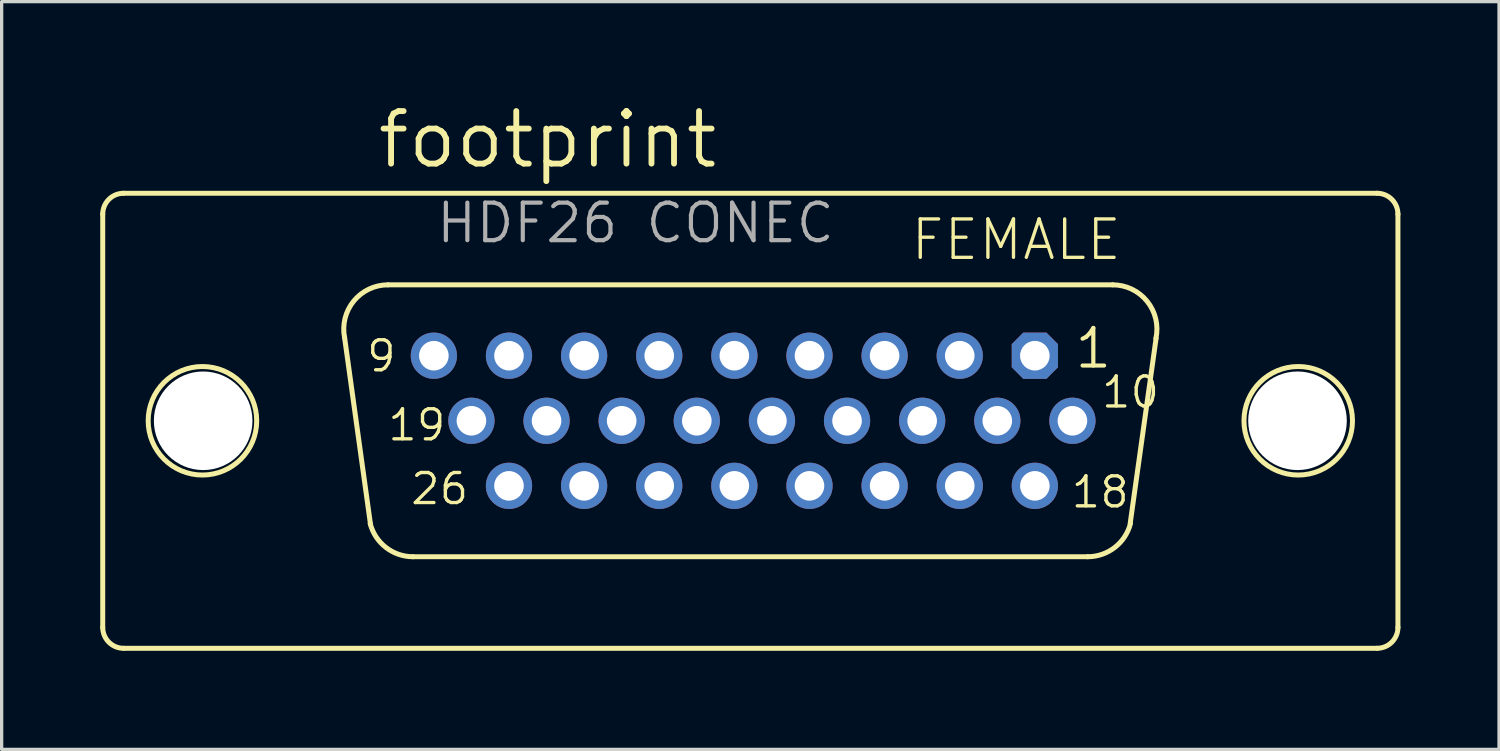
<source format=kicad_pcb>
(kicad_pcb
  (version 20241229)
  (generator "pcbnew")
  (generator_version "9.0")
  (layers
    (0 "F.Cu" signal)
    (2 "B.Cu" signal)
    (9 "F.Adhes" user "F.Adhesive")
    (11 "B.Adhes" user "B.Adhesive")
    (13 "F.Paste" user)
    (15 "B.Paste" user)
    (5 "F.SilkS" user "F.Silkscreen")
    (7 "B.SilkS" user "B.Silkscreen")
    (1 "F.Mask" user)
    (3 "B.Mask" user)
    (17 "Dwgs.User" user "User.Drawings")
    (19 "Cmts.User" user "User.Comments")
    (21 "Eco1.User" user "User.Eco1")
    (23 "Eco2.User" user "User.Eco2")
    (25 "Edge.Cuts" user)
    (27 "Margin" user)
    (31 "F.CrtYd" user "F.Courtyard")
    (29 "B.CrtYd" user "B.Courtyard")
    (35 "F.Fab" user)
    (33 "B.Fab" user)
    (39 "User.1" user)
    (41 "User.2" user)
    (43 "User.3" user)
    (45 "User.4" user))
  (footprint "footprint"
    (layer "F.Cu")
    (at 19.782 9.754)
    (property "Reference" "footprint" (at -11.43 -7.62 0) (layer "F.SilkS") (effects (font (size 1.6 1.6) (thickness 0.178)) (justify left bottom)))
    (fp_line (start -19.706 -6.288) (end -19.706 6.288) (stroke (width 0.152) (type solid)) (layer "F.SilkS"))
    (fp_line (start -19.063 6.923) (end 19.071 6.923) (stroke (width 0.152) (type solid)) (layer "F.SilkS"))
    (fp_line (start -11.559 3.146) (end -12.347 -2.537) (stroke (width 0.152) (type solid)) (layer "F.SilkS"))
    (fp_line (start -11.026 -4.137) (end 11.026 -4.137) (stroke (width 0.152) (type solid)) (layer "F.SilkS"))
    (fp_line (start -10.264 4.137) (end 10.264 4.137) (stroke (width 0.152) (type solid)) (layer "F.SilkS"))
    (fp_line (start 12.347 -2.511) (end 11.559 3.121) (stroke (width 0.152) (type solid)) (layer "F.SilkS"))
    (fp_line (start 19.063 -6.923) (end -19.071 -6.923) (stroke (width 0.152) (type solid)) (layer "F.SilkS"))
    (fp_line (start 19.706 -6.288) (end 19.706 6.288) (stroke (width 0.152) (type solid)) (layer "F.SilkS"))
    (fp_arc (start -19.706 -6.288) (mid -19.520013 -6.737013) (end -19.071 -6.923) (stroke (width 0.1524) (type solid)) (layer "F.SilkS"))
    (fp_arc (start -19.071 6.923) (mid -19.520013 6.737013) (end -19.706 6.288) (stroke (width 0.1524) (type solid)) (layer "F.SilkS"))
    (fp_arc (start -12.3461 -2.5268) (mid -12.067082 -3.644284) (end -11.026 -4.137) (stroke (width 0.1524) (type solid)) (layer "F.SilkS"))
    (fp_arc (start -10.264 4.137) (mid -11.0875 3.855745) (end -11.5669 3.1295) (stroke (width 0.1524) (type solid)) (layer "F.SilkS"))
    (fp_arc (start 11.026 -4.137) (mid 12.074557 -3.635183) (end 12.341499 -2.503798) (stroke (width 0.1524) (type solid)) (layer "F.SilkS"))
    (fp_arc (start 11.5669 3.1295) (mid 11.0875 3.855746) (end 10.264 4.137) (stroke (width 0.1524) (type solid)) (layer "F.SilkS"))
    (fp_arc (start 19.071 -6.923) (mid 19.520013 -6.737013) (end 19.706 -6.288) (stroke (width 0.1524) (type solid)) (layer "F.SilkS"))
    (fp_arc (start 19.706 6.288) (mid 19.520013 6.737013) (end 19.071 6.923) (stroke (width 0.1524) (type solid)) (layer "F.SilkS"))
    (fp_circle (center -16.672 0) (end -15.021 0) (stroke (width 0.152) (type solid)) (fill no) (layer "F.SilkS"))
    (fp_circle (center 16.672 0) (end 18.323 0) (stroke (width 0.152) (type solid)) (fill no) (layer "F.SilkS"))
    (fp_text user "19" (at -11.087 0.665 0) (layer "F.SilkS") (effects (font (size 0.914 0.914) (thickness 0.102)) (justify left bottom)))
    (fp_text user "9" (at -11.73 -1.435 0) (layer "F.SilkS") (effects (font (size 0.914 0.914) (thickness 0.102)) (justify left bottom)))
    (fp_text user "18" (at 9.709 2.705 0) (layer "F.SilkS") (effects (font (size 0.914 0.914) (thickness 0.102)) (justify left bottom)))
    (fp_text user "10" (at 10.63 -0.335 0) (layer "F.SilkS") (effects (font (size 0.914 0.914) (thickness 0.102)) (justify left bottom)))
    (fp_text user "FEMALE" (at 4.826 -4.826 0) (layer "F.SilkS") (effects (font (size 1.168 1.168) (thickness 0.102)) (justify left bottom)))
    (fp_text user "26" (at -10.392 2.605 0) (layer "F.SilkS") (effects (font (size 0.914 0.914) (thickness 0.102)) (justify left bottom)))
    (fp_text user "1" (at 9.809 -1.535 0) (layer "F.SilkS") (effects (font (size 1.143 1.143) (thickness 0.127)) (justify left bottom)))
    (fp_text user "HDF26 CONEC" (at -9.62 -5.349 0) (layer "F.Fab") (effects (font (size 1.143 1.143) (thickness 0.127)) (justify left bottom)))
    (pad "" np_thru_hole circle (at -16.65 0) (size 3 3) (drill 3) (layers "*.Cu" "*.Mask"))
    (pad "" np_thru_hole circle (at 16.65 0) (size 3 3) (drill 3) (layers "*.Cu" "*.Mask"))
    (pad "1" thru_hole roundrect (at 8.658 -1.98) (size 1.408 1.408) (drill 0.9) (layers "*.Cu" "*.Mask") (roundrect_rratio 0.25) (chamfer_ratio 0.25) (chamfer top_left top_right bottom_left bottom_right))
    (pad "2" thru_hole circle (at 6.372 -1.98) (size 1.408 1.408) (drill 0.9) (layers "*.Cu" "*.Mask"))
    (pad "3" thru_hole circle (at 4.086 -1.98) (size 1.408 1.408) (drill 0.9) (layers "*.Cu" "*.Mask"))
    (pad "4" thru_hole circle (at 1.8 -1.98) (size 1.408 1.408) (drill 0.9) (layers "*.Cu" "*.Mask"))
    (pad "5" thru_hole circle (at -0.486 -1.98) (size 1.408 1.408) (drill 0.9) (layers "*.Cu" "*.Mask"))
    (pad "6" thru_hole circle (at -2.772 -1.98) (size 1.408 1.408) (drill 0.9) (layers "*.Cu" "*.Mask"))
    (pad "7" thru_hole circle (at -5.058 -1.98) (size 1.408 1.408) (drill 0.9) (layers "*.Cu" "*.Mask"))
    (pad "8" thru_hole circle (at -7.344 -1.98) (size 1.408 1.408) (drill 0.9) (layers "*.Cu" "*.Mask"))
    (pad "9" thru_hole circle (at -9.63 -1.98) (size 1.408 1.408) (drill 0.9) (layers "*.Cu" "*.Mask"))
    (pad "10" thru_hole circle (at 9.801 0) (size 1.408 1.408) (drill 0.9) (layers "*.Cu" "*.Mask"))
    (pad "11" thru_hole circle (at 7.515 0) (size 1.408 1.408) (drill 0.9) (layers "*.Cu" "*.Mask"))
    (pad "12" thru_hole circle (at 5.229 0) (size 1.408 1.408) (drill 0.9) (layers "*.Cu" "*.Mask"))
    (pad "13" thru_hole circle (at 2.943 0) (size 1.408 1.408) (drill 0.9) (layers "*.Cu" "*.Mask"))
    (pad "14" thru_hole circle (at 0.657 0) (size 1.408 1.408) (drill 0.9) (layers "*.Cu" "*.Mask"))
    (pad "15" thru_hole circle (at -1.629 0) (size 1.408 1.408) (drill 0.9) (layers "*.Cu" "*.Mask"))
    (pad "16" thru_hole circle (at -3.915 0) (size 1.408 1.408) (drill 0.9) (layers "*.Cu" "*.Mask"))
    (pad "17" thru_hole circle (at -6.201 0) (size 1.408 1.408) (drill 0.9) (layers "*.Cu" "*.Mask"))
    (pad "18" thru_hole circle (at -8.487 0) (size 1.408 1.408) (drill 0.9) (layers "*.Cu" "*.Mask"))
    (pad "19" thru_hole circle (at 8.658 1.98) (size 1.408 1.408) (drill 0.9) (layers "*.Cu" "*.Mask"))
    (pad "20" thru_hole circle (at 6.372 1.98) (size 1.408 1.408) (drill 0.9) (layers "*.Cu" "*.Mask"))
    (pad "21" thru_hole circle (at 4.086 1.98) (size 1.408 1.408) (drill 0.9) (layers "*.Cu" "*.Mask"))
    (pad "22" thru_hole circle (at 1.8 1.98) (size 1.408 1.408) (drill 0.9) (layers "*.Cu" "*.Mask"))
    (pad "23" thru_hole circle (at -0.486 1.98) (size 1.408 1.408) (drill 0.9) (layers "*.Cu" "*.Mask"))
    (pad "24" thru_hole circle (at -2.772 1.98) (size 1.408 1.408) (drill 0.9) (layers "*.Cu" "*.Mask"))
    (pad "25" thru_hole circle (at -5.058 1.98) (size 1.408 1.408) (drill 0.9) (layers "*.Cu" "*.Mask"))
    (pad "26" thru_hole circle (at -7.344 1.98) (size 1.408 1.408) (drill 0.9) (layers "*.Cu" "*.Mask"))
    (zone (net_name "") (layers "F.Cu" "B.Cu") (hatch edge 0.508) (connect_pads) (min_thickness 0.254) (filled_areas_thickness no) (keepout (tracks allowed) (vias not_allowed) (pads allowed) (copperpour allowed) (footprints allowed)) (placement (enabled no)) (fill) (polygon (pts (xy 5.777 9.754) (xy 5.736 9.29) (xy 5.616 8.841) (xy 5.42 8.42) (xy 5.153 8.039) (xy 4.824 7.711) (xy 4.444 7.444) (xy 4.022 7.247) (xy 3.573 7.127) (xy 3.11 7.087) (xy 2.647 7.127) (xy 2.198 7.247) (xy 1.776 7.444) (xy 1.396 7.711) (xy 1.067 8.039) (xy 0.8 8.42) (xy 0.604 8.841) (xy 0.484 9.29) (xy 0.443 9.754) (xy 0.484 10.217) (xy 0.604 10.666) (xy 0.8 11.087) (xy 1.067 11.468) (xy 1.396 11.797) (xy 1.776 12.063) (xy 2.198 12.26) (xy 2.647 12.38) (xy 3.11 12.421) (xy 3.573 12.38) (xy 4.022 12.26) (xy 4.444 12.063) (xy 4.824 11.797) (xy 5.153 11.468) (xy 5.42 11.087) (xy 5.616 10.666) (xy 5.736 10.217))))
    (zone (net_name "") (layers "F.Cu" "B.Cu") (hatch edge 0.508) (connect_pads) (min_thickness 0.254) (filled_areas_thickness no) (keepout (tracks allowed) (vias not_allowed) (pads allowed) (copperpour allowed) (footprints allowed)) (placement (enabled no)) (fill) (polygon (pts (xy 39.121 9.754) (xy 39.081 9.29) (xy 38.961 8.841) (xy 38.764 8.42) (xy 38.497 8.039) (xy 38.169 7.711) (xy 37.788 7.444) (xy 37.367 7.247) (xy 36.918 7.127) (xy 36.454 7.087) (xy 35.991 7.127) (xy 35.542 7.247) (xy 35.121 7.444) (xy 34.74 7.711) (xy 34.411 8.039) (xy 34.145 8.42) (xy 33.948 8.841) (xy 33.828 9.29) (xy 33.787 9.754) (xy 33.828 10.217) (xy 33.948 10.666) (xy 34.145 11.087) (xy 34.411 11.468) (xy 34.74 11.797) (xy 35.121 12.063) (xy 35.542 12.26) (xy 35.991 12.38) (xy 36.454 12.421) (xy 36.918 12.38) (xy 37.367 12.26) (xy 37.788 12.063) (xy 38.169 11.797) (xy 38.497 11.468) (xy 38.764 11.087) (xy 38.961 10.666) (xy 39.081 10.217))))
    (zone (net_name "") (layer "B.Cu") (hatch edge 0.508) (connect_pads) (min_thickness 0.254) (filled_areas_thickness no) (keepout (tracks not_allowed) (vias not_allowed) (pads not_allowed) (copperpour not_allowed) (footprints allowed)) (placement (enabled no)) (fill) (polygon (pts (xy 5.777 9.754) (xy 5.736 9.29) (xy 5.616 8.841) (xy 5.42 8.42) (xy 5.153 8.039) (xy 4.824 7.711) (xy 4.444 7.444) (xy 4.022 7.247) (xy 3.573 7.127) (xy 3.11 7.087) (xy 2.647 7.127) (xy 2.198 7.247) (xy 1.776 7.444) (xy 1.396 7.711) (xy 1.067 8.039) (xy 0.8 8.42) (xy 0.604 8.841) (xy 0.484 9.29) (xy 0.443 9.754) (xy 0.484 10.217) (xy 0.604 10.666) (xy 0.8 11.087) (xy 1.067 11.468) (xy 1.396 11.797) (xy 1.776 12.063) (xy 2.198 12.26) (xy 2.647 12.38) (xy 3.11 12.421) (xy 3.573 12.38) (xy 4.022 12.26) (xy 4.444 12.063) (xy 4.824 11.797) (xy 5.153 11.468) (xy 5.42 11.087) (xy 5.616 10.666) (xy 5.736 10.217))))
    (zone (net_name "") (layer "B.Cu") (hatch edge 0.508) (connect_pads) (min_thickness 0.254) (filled_areas_thickness no) (keepout (tracks not_allowed) (vias not_allowed) (pads not_allowed) (copperpour not_allowed) (footprints allowed)) (placement (enabled no)) (fill) (polygon (pts (xy 39.121 9.754) (xy 39.081 9.29) (xy 38.961 8.841) (xy 38.764 8.42) (xy 38.497 8.039) (xy 38.169 7.711) (xy 37.788 7.444) (xy 37.367 7.247) (xy 36.918 7.127) (xy 36.454 7.087) (xy 35.991 7.127) (xy 35.542 7.247) (xy 35.121 7.444) (xy 34.74 7.711) (xy 34.411 8.039) (xy 34.145 8.42) (xy 33.948 8.841) (xy 33.828 9.29) (xy 33.787 9.754) (xy 33.828 10.217) (xy 33.948 10.666) (xy 34.145 11.087) (xy 34.411 11.468) (xy 34.74 11.797) (xy 35.121 12.063) (xy 35.542 12.26) (xy 35.991 12.38) (xy 36.454 12.421) (xy 36.918 12.38) (xy 37.367 12.26) (xy 37.788 12.063) (xy 38.169 11.797) (xy 38.497 11.468) (xy 38.764 11.087) (xy 38.961 10.666) (xy 39.081 10.217)))))
  (gr_rect
    (start -3 -3)
    (end 42.564 19.753)
    (stroke (width 0.1) (type default))
    (fill no)
    (layer "Edge.Cuts")))
</source>
